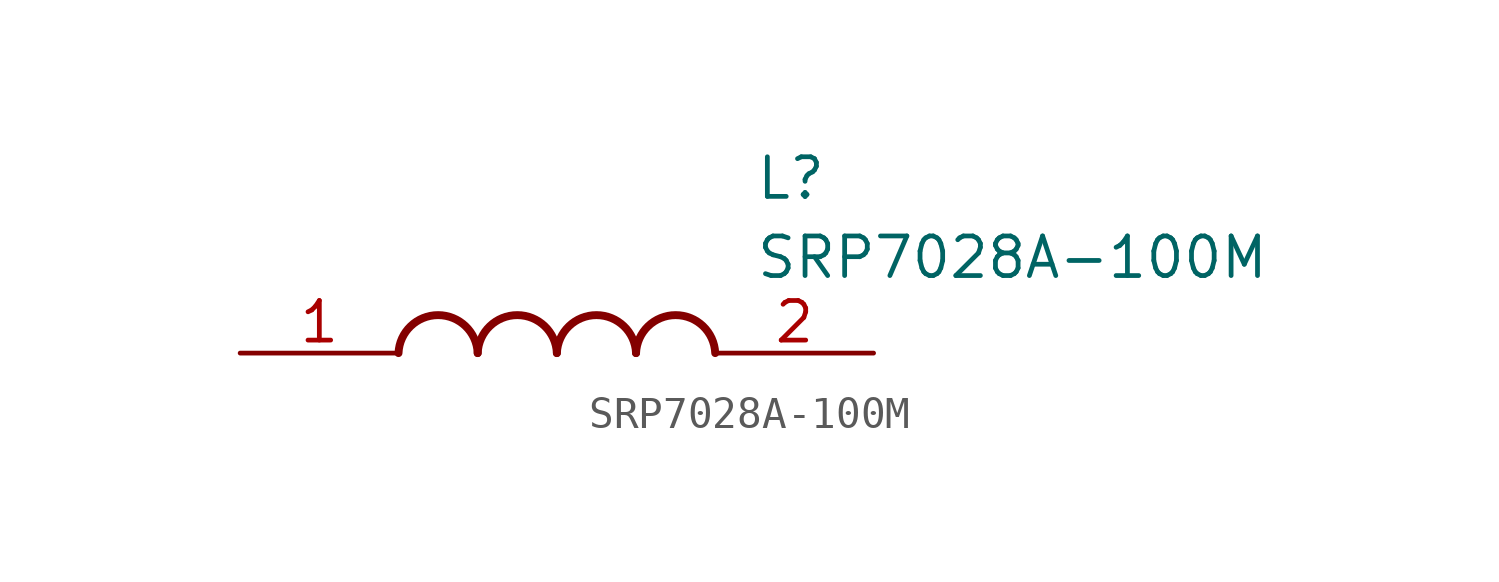
<source format=kicad_sym>
(kicad_symbol_lib
  (version 20211014)
  (generator SamacSys_ECAD_Model)
  (symbol "SRP7028A-100M"
    (pin_names hide)
    (property "Reference" "L"
      (at 16.51 6.35 0)
      (effects (font (size 1.27 1.27)) (justify left top)))
    (property "Value" "SRP7028A-100M"
      (at 16.51 3.81 0)
      (effects (font (size 1.27 1.27)) (justify left top)))
    (arc
      (start 7.62 0)
      (mid 6.35 1.219)
      (end 5.08 0)
      (stroke (width 0.254) (type default))
      (fill (type none)))
    (arc
      (start 10.16 0)
      (mid 8.89 1.219)
      (end 7.62 0)
      (stroke (width 0.254) (type default))
      (fill (type none)))
    (arc
      (start 12.7 0)
      (mid 11.43 1.219)
      (end 10.16 0)
      (stroke (width 0.254) (type default))
      (fill (type none)))
    (arc
      (start 15.24 0)
      (mid 13.97 1.219)
      (end 12.7 0)
      (stroke (width 0.254) (type default))
      (fill (type none)))
    (pin passive line
      (at 0 0 0)
      (length 5.08)
      (name "1" (effects (font (size 1.27 1.27))))
      (number "1" (effects (font (size 1.27 1.27)))))
    (pin passive line
      (at 20.32 0 180)
      (length 5.08)
      (name "2" (effects (font (size 1.27 1.27))))
      (number "2" (effects (font (size 1.27 1.27)))))))
</source>
